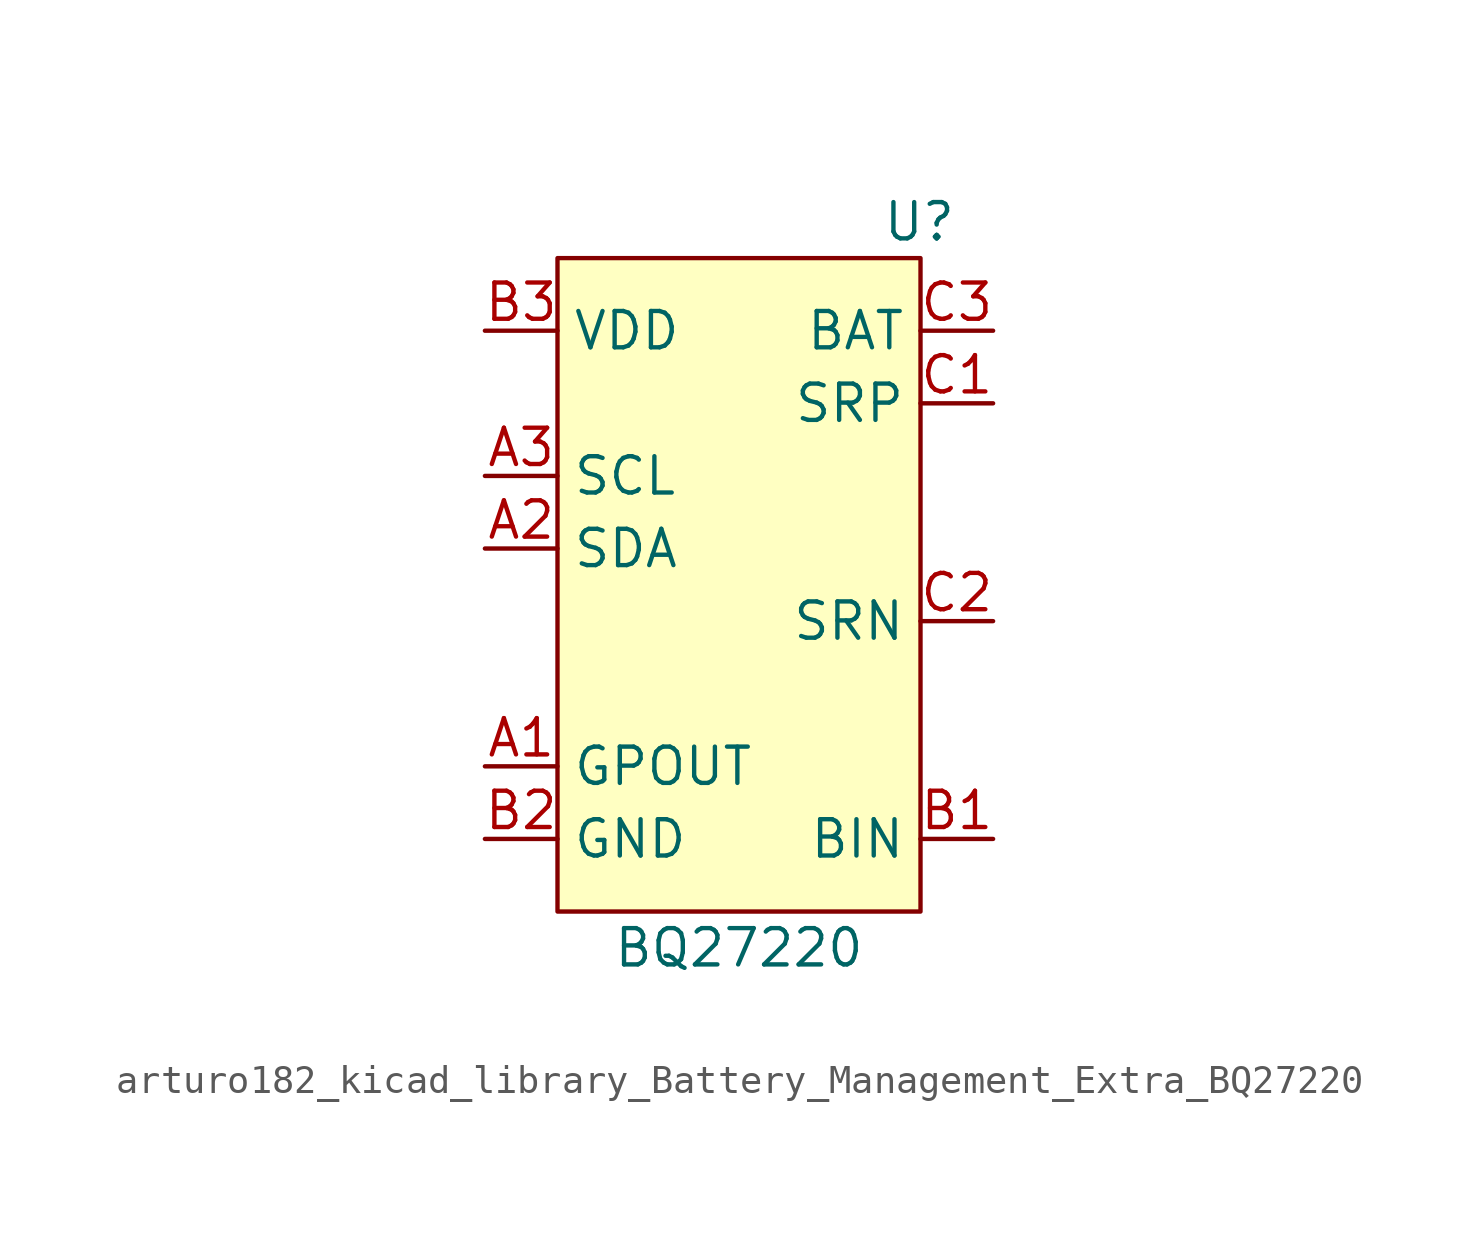
<source format=kicad_sym>
(kicad_symbol_lib
  (version 20220914)
  (generator kicad_symbol_editor)
  (symbol "arturo182_kicad_library_Battery_Management_Extra_BQ27220"
    (property "Reference" "U"
      (at 7.62 11.43 0)
      (effects (font (size 1.27 1.27)) (justify right)))
    (property "Value" "BQ27220"
      (at 0 -13.97 0)
      (effects (font (size 1.27 1.27))))
    (symbol "arturo182_kicad_library_Battery_Management_Extra_BQ27220_0_0"
      (pin output line (at -8.89 -7.62 0) (length 2.54) (name "GPOUT" (effects (font (size 1.27 1.27)))) (number "A1" (effects (font (size 1.27 1.27)))))
      (pin bidirectional line (at -8.89 0 0) (length 2.54) (name "SDA" (effects (font (size 1.27 1.27)))) (number "A2" (effects (font (size 1.27 1.27)))))
      (pin bidirectional line (at -8.89 2.54 0) (length 2.54) (name "SCL" (effects (font (size 1.27 1.27)))) (number "A3" (effects (font (size 1.27 1.27)))))
      (pin input line (at 8.89 -10.16 180) (length 2.54) (name "BIN" (effects (font (size 1.27 1.27)))) (number "B1" (effects (font (size 1.27 1.27)))))
      (pin power_in line (at -8.89 -10.16 0) (length 2.54) (name "GND" (effects (font (size 1.27 1.27)))) (number "B2" (effects (font (size 1.27 1.27)))))
      (pin power_out line (at -8.89 7.62 0) (length 2.54) (name "VDD" (effects (font (size 1.27 1.27)))) (number "B3" (effects (font (size 1.27 1.27)))))
      (pin input line (at 8.89 5.08 180) (length 2.54) (name "SRP" (effects (font (size 1.27 1.27)))) (number "C1" (effects (font (size 1.27 1.27)))))
      (pin input line (at 8.89 -2.54 180) (length 2.54) (name "SRN" (effects (font (size 1.27 1.27)))) (number "C2" (effects (font (size 1.27 1.27)))))
      (pin power_in line (at 8.89 7.62 180) (length 2.54) (name "BAT" (effects (font (size 1.27 1.27)))) (number "C3" (effects (font (size 1.27 1.27))))))
    (symbol "arturo182_kicad_library_Battery_Management_Extra_BQ27220_0_1"
      (rectangle (start -6.35 10.16) (end 6.35 -12.7) (stroke (width 0) (type default)) (fill (type background))))))
</source>
